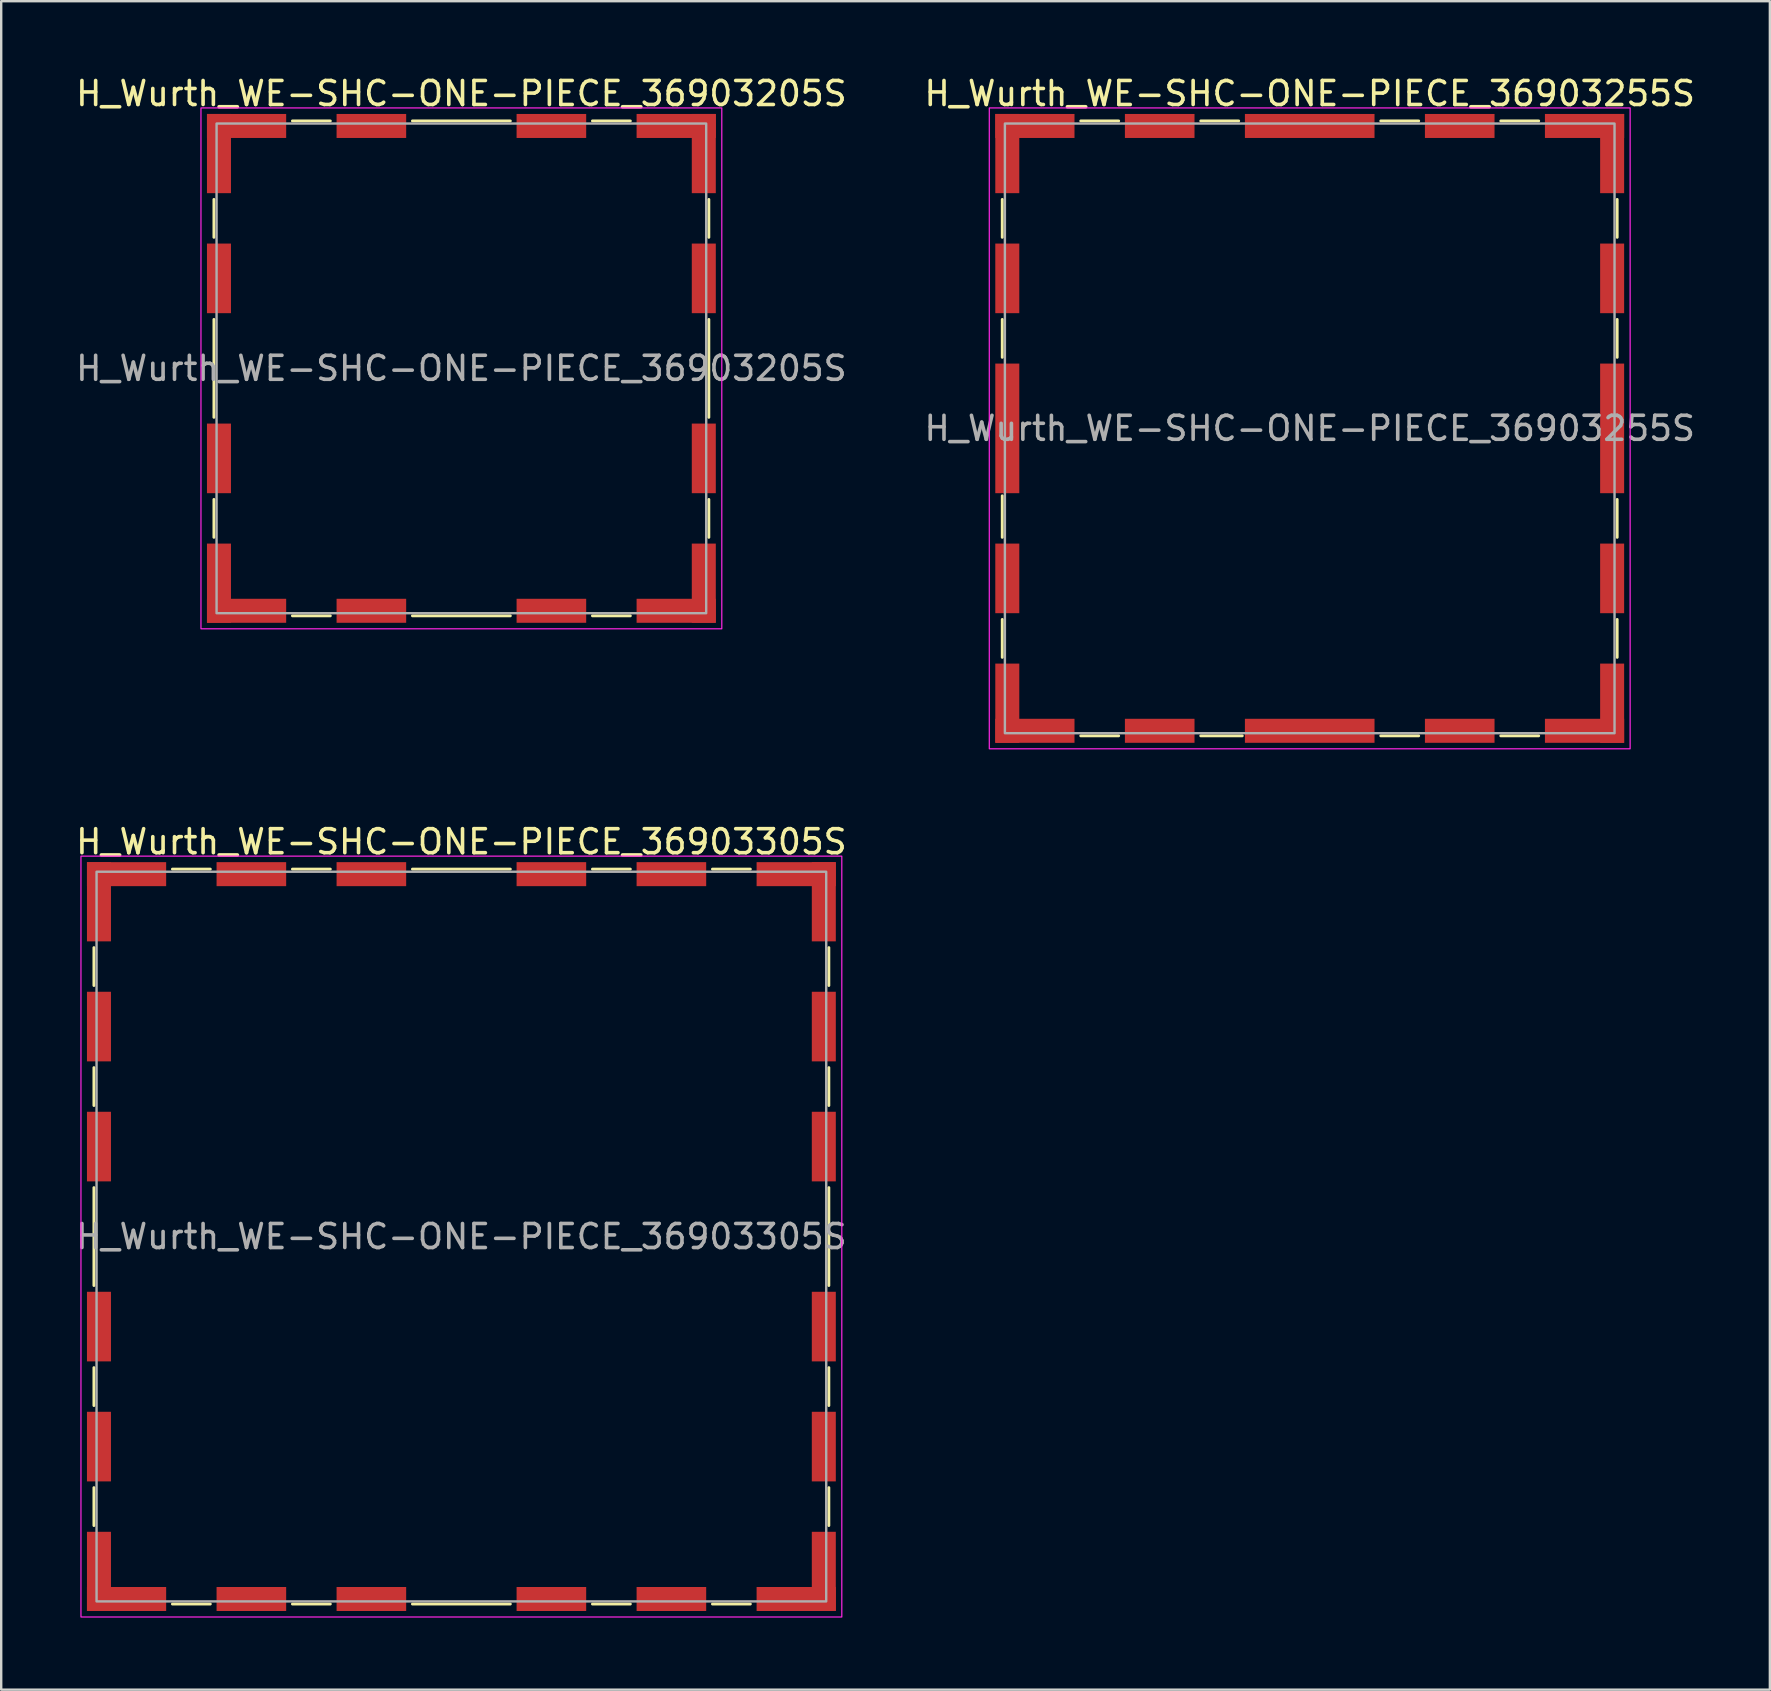
<source format=kicad_pcb>
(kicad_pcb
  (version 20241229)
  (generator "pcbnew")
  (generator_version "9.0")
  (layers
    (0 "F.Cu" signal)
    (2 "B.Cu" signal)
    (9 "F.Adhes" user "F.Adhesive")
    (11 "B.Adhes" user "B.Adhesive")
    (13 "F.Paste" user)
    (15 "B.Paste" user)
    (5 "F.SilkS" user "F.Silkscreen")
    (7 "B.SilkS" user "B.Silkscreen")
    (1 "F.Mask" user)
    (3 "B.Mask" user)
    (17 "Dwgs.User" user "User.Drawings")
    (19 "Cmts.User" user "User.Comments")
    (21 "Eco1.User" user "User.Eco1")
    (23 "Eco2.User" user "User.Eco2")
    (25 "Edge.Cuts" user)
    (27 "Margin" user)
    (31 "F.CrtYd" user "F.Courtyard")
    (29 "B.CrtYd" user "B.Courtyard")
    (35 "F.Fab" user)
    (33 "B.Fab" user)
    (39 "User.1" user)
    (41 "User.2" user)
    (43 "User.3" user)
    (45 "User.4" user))
  (footprint "H_Wurth_WE-SHC-ONE-PIECE_36903205S"
    (layer "F.Cu")
    (at 16.173 12.298)
    (property "Reference" "H_Wurth_WE-SHC-ONE-PIECE_36903205S" (at 0 -11.45 0) (unlocked yes) (layer "F.SilkS") (effects (font (size 1 1) (thickness 0.15))))
    (attr smd)
    (fp_line (start -10.31 -5.46) (end -10.31 -7.04) (stroke (width 0.12) (type default)) (layer "F.SilkS"))
    (fp_line (start -10.31 -2.04) (end -10.31 2.04) (stroke (width 0.12) (type default)) (layer "F.SilkS"))
    (fp_line (start -10.31 7.04) (end -10.31 5.46) (stroke (width 0.12) (type default)) (layer "F.SilkS"))
    (fp_line (start -7.04 -10.31) (end -5.46 -10.31) (stroke (width 0.12) (type default)) (layer "F.SilkS"))
    (fp_line (start -7.04 10.31) (end -5.46 10.31) (stroke (width 0.12) (type default)) (layer "F.SilkS"))
    (fp_line (start -2.04 -10.31) (end 2.04 -10.31) (stroke (width 0.12) (type default)) (layer "F.SilkS"))
    (fp_line (start -2.04 10.31) (end 2.04 10.31) (stroke (width 0.12) (type default)) (layer "F.SilkS"))
    (fp_line (start 5.46 -10.31) (end 7.04 -10.31) (stroke (width 0.12) (type default)) (layer "F.SilkS"))
    (fp_line (start 5.46 10.31) (end 7.04 10.31) (stroke (width 0.12) (type default)) (layer "F.SilkS"))
    (fp_line (start 10.31 -5.46) (end 10.31 -7.04) (stroke (width 0.12) (type default)) (layer "F.SilkS"))
    (fp_line (start 10.31 -2.04) (end 10.31 2.04) (stroke (width 0.12) (type default)) (layer "F.SilkS"))
    (fp_line (start 10.31 7.04) (end 10.31 5.46) (stroke (width 0.12) (type default)) (layer "F.SilkS"))
    (fp_rect (start -10.85 -10.85) (end 10.85 10.85) (stroke (width 0.05) (type solid)) (fill no) (layer "F.CrtYd"))
    (fp_rect (start -10.2 -10.2) (end 10.2 10.2) (stroke (width 0.1) (type solid)) (fill no) (layer "F.Fab"))
    (fp_text user "${REFERENCE}" (at 0 0 0) (unlocked yes) (layer "F.Fab") (effects (font (size 1 1) (thickness 0.15))))
    (pad "1" smd rect (at -10.1 -8.95) (size 1 3.3) (layers "F.Cu" "F.Mask" "F.Paste"))
    (pad "1" smd rect (at -10.1 -3.75) (size 1 2.9) (layers "F.Cu" "F.Mask" "F.Paste"))
    (pad "1" smd rect (at -10.1 3.75) (size 1 2.9) (layers "F.Cu" "F.Mask" "F.Paste"))
    (pad "1" smd rect (at -10.1 8.95) (size 1 3.3) (layers "F.Cu" "F.Mask" "F.Paste"))
    (pad "1" smd rect (at -8.95 -10.1) (size 3.3 1) (layers "F.Cu" "F.Mask" "F.Paste"))
    (pad "1" smd rect (at -8.95 10.1) (size 3.3 1) (layers "F.Cu" "F.Mask" "F.Paste"))
    (pad "1" smd rect (at -3.75 -10.1) (size 2.9 1) (layers "F.Cu" "F.Mask" "F.Paste"))
    (pad "1" smd rect (at -3.75 10.1) (size 2.9 1) (layers "F.Cu" "F.Mask" "F.Paste"))
    (pad "1" smd rect (at 3.75 -10.1) (size 2.9 1) (layers "F.Cu" "F.Mask" "F.Paste"))
    (pad "1" smd rect (at 3.75 10.1) (size 2.9 1) (layers "F.Cu" "F.Mask" "F.Paste"))
    (pad "1" smd rect (at 8.95 -10.1) (size 3.3 1) (layers "F.Cu" "F.Mask" "F.Paste"))
    (pad "1" smd rect (at 8.95 10.1) (size 3.3 1) (layers "F.Cu" "F.Mask" "F.Paste"))
    (pad "1" smd rect (at 10.1 -8.95) (size 1 3.3) (layers "F.Cu" "F.Mask" "F.Paste"))
    (pad "1" smd rect (at 10.1 -3.75) (size 1 2.9) (layers "F.Cu" "F.Mask" "F.Paste"))
    (pad "1" smd rect (at 10.1 3.75) (size 1 2.9) (layers "F.Cu" "F.Mask" "F.Paste"))
    (pad "1" smd rect (at 10.1 8.95) (size 1 3.3) (layers "F.Cu" "F.Mask" "F.Paste")))
  (footprint "H_Wurth_WE-SHC-ONE-PIECE_36903255S"
    (layer "F.Cu")
    (at 51.518 14.798)
    (property "Reference" "H_Wurth_WE-SHC-ONE-PIECE_36903255S" (at 0 -13.95 0) (unlocked yes) (layer "F.SilkS") (effects (font (size 1 1) (thickness 0.15))))
    (attr smd)
    (fp_line (start -12.81 -7.96) (end -12.81 -9.54) (stroke (width 0.12) (type default)) (layer "F.SilkS"))
    (fp_line (start -12.81 -2.96) (end -12.81 -4.54) (stroke (width 0.12) (type default)) (layer "F.SilkS"))
    (fp_line (start -12.81 4.54) (end -12.81 2.81) (stroke (width 0.12) (type default)) (layer "F.SilkS"))
    (fp_line (start -12.81 9.54) (end -12.81 7.96) (stroke (width 0.12) (type default)) (layer "F.SilkS"))
    (fp_line (start -9.54 -12.81) (end -7.96 -12.81) (stroke (width 0.12) (type default)) (layer "F.SilkS"))
    (fp_line (start -9.54 12.81) (end -7.96 12.81) (stroke (width 0.12) (type default)) (layer "F.SilkS"))
    (fp_line (start -4.54 -12.81) (end -2.96 -12.81) (stroke (width 0.12) (type default)) (layer "F.SilkS"))
    (fp_line (start -4.54 12.81) (end -2.81 12.81) (stroke (width 0.12) (type default)) (layer "F.SilkS"))
    (fp_line (start 2.96 -12.81) (end 4.54 -12.81) (stroke (width 0.12) (type default)) (layer "F.SilkS"))
    (fp_line (start 2.96 12.81) (end 4.54 12.81) (stroke (width 0.12) (type default)) (layer "F.SilkS"))
    (fp_line (start 7.96 -12.81) (end 9.54 -12.81) (stroke (width 0.12) (type default)) (layer "F.SilkS"))
    (fp_line (start 7.96 12.81) (end 9.54 12.81) (stroke (width 0.12) (type default)) (layer "F.SilkS"))
    (fp_line (start 12.81 -7.96) (end 12.81 -9.54) (stroke (width 0.12) (type default)) (layer "F.SilkS"))
    (fp_line (start 12.81 -2.96) (end 12.81 -4.54) (stroke (width 0.12) (type default)) (layer "F.SilkS"))
    (fp_line (start 12.81 4.54) (end 12.81 2.96) (stroke (width 0.12) (type default)) (layer "F.SilkS"))
    (fp_line (start 12.81 9.54) (end 12.81 7.96) (stroke (width 0.12) (type default)) (layer "F.SilkS"))
    (fp_rect (start -13.35 -13.35) (end 13.35 13.35) (stroke (width 0.05) (type solid)) (fill no) (layer "F.CrtYd"))
    (fp_rect (start -12.7 -12.7) (end 12.7 12.7) (stroke (width 0.1) (type solid)) (fill no) (layer "F.Fab"))
    (fp_text user "${REFERENCE}" (at 0 0 0) (unlocked yes) (layer "F.Fab") (effects (font (size 1 1) (thickness 0.15))))
    (pad "1" smd rect (at -12.6 -11.45) (size 1 3.3) (layers "F.Cu" "F.Mask" "F.Paste"))
    (pad "1" smd rect (at -12.6 -6.25) (size 1 2.9) (layers "F.Cu" "F.Mask" "F.Paste"))
    (pad "1" smd rect (at -12.6 0) (size 1 5.4) (layers "F.Cu" "F.Mask" "F.Paste"))
    (pad "1" smd rect (at -12.6 6.25) (size 1 2.9) (layers "F.Cu" "F.Mask" "F.Paste"))
    (pad "1" smd rect (at -12.6 11.45) (size 1 3.3) (layers "F.Cu" "F.Mask" "F.Paste"))
    (pad "1" smd rect (at -11.45 -12.6) (size 3.3 1) (layers "F.Cu" "F.Mask" "F.Paste"))
    (pad "1" smd rect (at -11.45 12.6) (size 3.3 1) (layers "F.Cu" "F.Mask" "F.Paste"))
    (pad "1" smd rect (at -6.25 -12.6) (size 2.9 1) (layers "F.Cu" "F.Mask" "F.Paste"))
    (pad "1" smd rect (at -6.25 12.6) (size 2.9 1) (layers "F.Cu" "F.Mask" "F.Paste"))
    (pad "1" smd rect (at 0 -12.6) (size 5.4 1) (layers "F.Cu" "F.Mask" "F.Paste"))
    (pad "1" smd rect (at 0 12.6) (size 5.4 1) (layers "F.Cu" "F.Mask" "F.Paste"))
    (pad "1" smd rect (at 6.25 -12.6) (size 2.9 1) (layers "F.Cu" "F.Mask" "F.Paste"))
    (pad "1" smd rect (at 6.25 12.6) (size 2.9 1) (layers "F.Cu" "F.Mask" "F.Paste"))
    (pad "1" smd rect (at 11.45 -12.6) (size 3.3 1) (layers "F.Cu" "F.Mask" "F.Paste"))
    (pad "1" smd rect (at 11.45 12.6) (size 3.3 1) (layers "F.Cu" "F.Mask" "F.Paste"))
    (pad "1" smd rect (at 12.6 -11.45) (size 1 3.3) (layers "F.Cu" "F.Mask" "F.Paste"))
    (pad "1" smd rect (at 12.6 -6.25) (size 1 2.9) (layers "F.Cu" "F.Mask" "F.Paste"))
    (pad "1" smd rect (at 12.6 0) (size 1 5.4) (layers "F.Cu" "F.Mask" "F.Paste"))
    (pad "1" smd rect (at 12.6 6.25) (size 1 2.9) (layers "F.Cu" "F.Mask" "F.Paste"))
    (pad "1" smd rect (at 12.6 11.45) (size 1 3.3) (layers "F.Cu" "F.Mask" "F.Paste")))
  (footprint "H_Wurth_WE-SHC-ONE-PIECE_36903305S"
    (layer "F.Cu")
    (at 16.173 48.471)
    (property "Reference" "H_Wurth_WE-SHC-ONE-PIECE_36903305S" (at 0 -16.45 0) (unlocked yes) (layer "F.SilkS") (effects (font (size 1 1) (thickness 0.15))))
    (attr smd)
    (fp_line (start -15.31 -10.46) (end -15.31 -12.04) (stroke (width 0.12) (type default)) (layer "F.SilkS"))
    (fp_line (start -15.31 -5.46) (end -15.31 -7.04) (stroke (width 0.12) (type default)) (layer "F.SilkS"))
    (fp_line (start -15.31 2.04) (end -15.31 -2.04) (stroke (width 0.12) (type default)) (layer "F.SilkS"))
    (fp_line (start -15.31 7.04) (end -15.31 5.46) (stroke (width 0.12) (type default)) (layer "F.SilkS"))
    (fp_line (start -15.31 12.04) (end -15.31 10.46) (stroke (width 0.12) (type default)) (layer "F.SilkS"))
    (fp_line (start -12.04 -15.31) (end -10.46 -15.31) (stroke (width 0.12) (type default)) (layer "F.SilkS"))
    (fp_line (start -12.04 15.31) (end -10.46 15.31) (stroke (width 0.12) (type default)) (layer "F.SilkS"))
    (fp_line (start -7.04 -15.31) (end -5.46 -15.31) (stroke (width 0.12) (type default)) (layer "F.SilkS"))
    (fp_line (start -7.04 15.31) (end -5.46 15.31) (stroke (width 0.12) (type default)) (layer "F.SilkS"))
    (fp_line (start -2.04 -15.31) (end 2.04 -15.31) (stroke (width 0.12) (type default)) (layer "F.SilkS"))
    (fp_line (start -2.04 15.31) (end 2.04 15.31) (stroke (width 0.12) (type default)) (layer "F.SilkS"))
    (fp_line (start 5.46 -15.31) (end 7.04 -15.31) (stroke (width 0.12) (type default)) (layer "F.SilkS"))
    (fp_line (start 5.46 15.31) (end 7.04 15.31) (stroke (width 0.12) (type default)) (layer "F.SilkS"))
    (fp_line (start 10.46 -15.31) (end 12.04 -15.31) (stroke (width 0.12) (type default)) (layer "F.SilkS"))
    (fp_line (start 10.46 15.31) (end 12.04 15.31) (stroke (width 0.12) (type default)) (layer "F.SilkS"))
    (fp_line (start 15.31 -10.46) (end 15.31 -12.04) (stroke (width 0.12) (type default)) (layer "F.SilkS"))
    (fp_line (start 15.31 -5.46) (end 15.31 -7.04) (stroke (width 0.12) (type default)) (layer "F.SilkS"))
    (fp_line (start 15.31 2.04) (end 15.31 -2.04) (stroke (width 0.12) (type default)) (layer "F.SilkS"))
    (fp_line (start 15.31 7.04) (end 15.31 5.46) (stroke (width 0.12) (type default)) (layer "F.SilkS"))
    (fp_line (start 15.31 12.04) (end 15.31 10.46) (stroke (width 0.12) (type default)) (layer "F.SilkS"))
    (fp_rect (start -15.85 -15.85) (end 15.85 15.85) (stroke (width 0.05) (type solid)) (fill no) (layer "F.CrtYd"))
    (fp_rect (start -15.2 -15.2) (end 15.2 15.2) (stroke (width 0.1) (type solid)) (fill no) (layer "F.Fab"))
    (fp_text user "${REFERENCE}" (at 0 0 0) (unlocked yes) (layer "F.Fab") (effects (font (size 1 1) (thickness 0.15))))
    (pad "1" smd rect (at -15.1 -13.95) (size 1 3.3) (layers "F.Cu" "F.Mask" "F.Paste"))
    (pad "1" smd rect (at -15.1 -8.75) (size 1 2.9) (layers "F.Cu" "F.Mask" "F.Paste"))
    (pad "1" smd rect (at -15.1 -3.75) (size 1 2.9) (layers "F.Cu" "F.Mask" "F.Paste"))
    (pad "1" smd rect (at -15.1 3.75) (size 1 2.9) (layers "F.Cu" "F.Mask" "F.Paste"))
    (pad "1" smd rect (at -15.1 8.75) (size 1 2.9) (layers "F.Cu" "F.Mask" "F.Paste"))
    (pad "1" smd rect (at -15.1 13.95) (size 1 3.3) (layers "F.Cu" "F.Mask" "F.Paste"))
    (pad "1" smd rect (at -13.95 -15.1) (size 3.3 1) (layers "F.Cu" "F.Mask" "F.Paste"))
    (pad "1" smd rect (at -13.95 15.1) (size 3.3 1) (layers "F.Cu" "F.Mask" "F.Paste"))
    (pad "1" smd rect (at -8.75 -15.1) (size 2.9 1) (layers "F.Cu" "F.Mask" "F.Paste"))
    (pad "1" smd rect (at -8.75 15.1) (size 2.9 1) (layers "F.Cu" "F.Mask" "F.Paste"))
    (pad "1" smd rect (at -3.75 -15.1) (size 2.9 1) (layers "F.Cu" "F.Mask" "F.Paste"))
    (pad "1" smd rect (at -3.75 15.1) (size 2.9 1) (layers "F.Cu" "F.Mask" "F.Paste"))
    (pad "1" smd rect (at 3.75 -15.1) (size 2.9 1) (layers "F.Cu" "F.Mask" "F.Paste"))
    (pad "1" smd rect (at 3.75 15.1) (size 2.9 1) (layers "F.Cu" "F.Mask" "F.Paste"))
    (pad "1" smd rect (at 8.75 -15.1) (size 2.9 1) (layers "F.Cu" "F.Mask" "F.Paste"))
    (pad "1" smd rect (at 8.75 15.1) (size 2.9 1) (layers "F.Cu" "F.Mask" "F.Paste"))
    (pad "1" smd rect (at 13.95 -15.1) (size 3.3 1) (layers "F.Cu" "F.Mask" "F.Paste"))
    (pad "1" smd rect (at 13.95 15.1) (size 3.3 1) (layers "F.Cu" "F.Mask" "F.Paste"))
    (pad "1" smd rect (at 15.1 -13.95) (size 1 3.3) (layers "F.Cu" "F.Mask" "F.Paste"))
    (pad "1" smd rect (at 15.1 -8.75) (size 1 2.9) (layers "F.Cu" "F.Mask" "F.Paste"))
    (pad "1" smd rect (at 15.1 -3.75) (size 1 2.9) (layers "F.Cu" "F.Mask" "F.Paste"))
    (pad "1" smd rect (at 15.1 3.75) (size 1 2.9) (layers "F.Cu" "F.Mask" "F.Paste"))
    (pad "1" smd rect (at 15.1 8.75) (size 1 2.9) (layers "F.Cu" "F.Mask" "F.Paste"))
    (pad "1" smd rect (at 15.1 13.95) (size 1 3.3) (layers "F.Cu" "F.Mask" "F.Paste")))
  (gr_rect
    (start -3 -3)
    (end 70.69 67.347)
    (stroke (width 0.1) (type default))
    (fill no)
    (layer "Edge.Cuts")))
</source>
